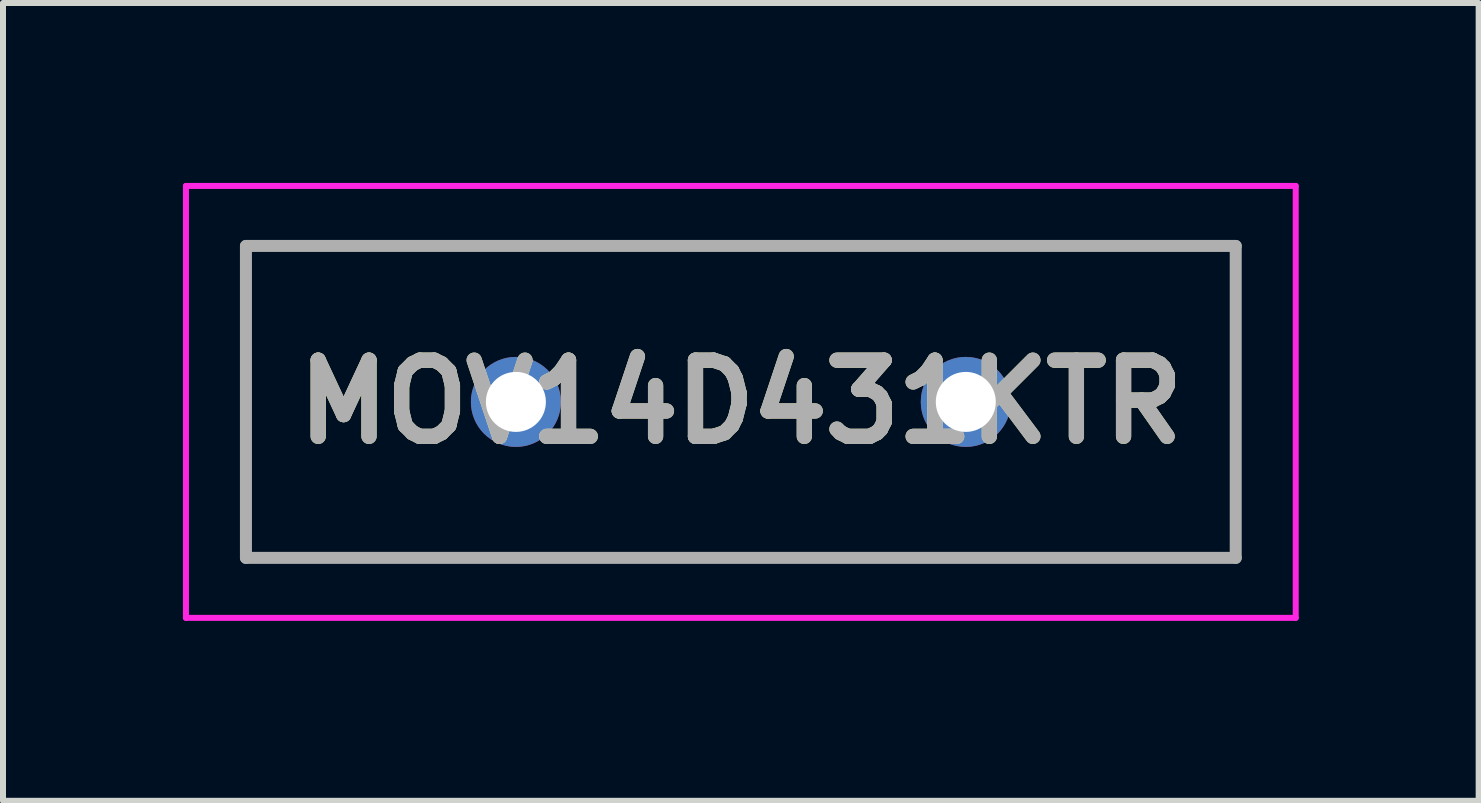
<source format=kicad_pcb>
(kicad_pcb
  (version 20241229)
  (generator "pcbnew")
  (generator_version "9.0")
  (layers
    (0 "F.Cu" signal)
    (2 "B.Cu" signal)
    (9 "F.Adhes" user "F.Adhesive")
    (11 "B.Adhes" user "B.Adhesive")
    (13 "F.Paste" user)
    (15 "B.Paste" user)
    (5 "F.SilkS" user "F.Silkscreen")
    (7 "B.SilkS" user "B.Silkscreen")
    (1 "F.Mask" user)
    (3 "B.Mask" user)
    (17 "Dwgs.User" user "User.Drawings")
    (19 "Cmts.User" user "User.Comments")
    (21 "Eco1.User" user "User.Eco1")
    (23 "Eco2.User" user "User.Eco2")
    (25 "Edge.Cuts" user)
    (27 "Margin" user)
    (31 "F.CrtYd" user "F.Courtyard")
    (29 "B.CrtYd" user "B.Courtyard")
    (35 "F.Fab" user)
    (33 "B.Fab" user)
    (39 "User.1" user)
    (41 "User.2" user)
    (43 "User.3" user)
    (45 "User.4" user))
  (footprint "MOV14D431KTR"
    (layer "F.Cu")
    (at 5.55 3.65)
    (property "Reference" "MOV14D431KTR" (at 3.75 0 0) (layer "F.SilkS") (effects (font (size 1.27 1.27) (thickness 0.254))))
    (attr through_hole)
    (fp_line (start -4.5 -2.6) (end 12 -2.6) (stroke (width 0.1) (type solid)) (layer "F.SilkS"))
    (fp_line (start -4.5 2.6) (end -4.5 -2.6) (stroke (width 0.1) (type solid)) (layer "F.SilkS"))
    (fp_line (start 12 -2.6) (end 12 2.6) (stroke (width 0.1) (type solid)) (layer "F.SilkS"))
    (fp_line (start 12 2.6) (end -4.5 2.6) (stroke (width 0.1) (type solid)) (layer "F.SilkS"))
    (fp_line (start -5.5 -3.6) (end 13 -3.6) (stroke (width 0.1) (type solid)) (layer "F.CrtYd"))
    (fp_line (start -5.5 3.6) (end -5.5 -3.6) (stroke (width 0.1) (type solid)) (layer "F.CrtYd"))
    (fp_line (start 13 -3.6) (end 13 3.6) (stroke (width 0.1) (type solid)) (layer "F.CrtYd"))
    (fp_line (start 13 3.6) (end -5.5 3.6) (stroke (width 0.1) (type solid)) (layer "F.CrtYd"))
    (fp_line (start -4.5 -2.6) (end 12 -2.6) (stroke (width 0.2) (type solid)) (layer "F.Fab"))
    (fp_line (start -4.5 2.6) (end -4.5 -2.6) (stroke (width 0.2) (type solid)) (layer "F.Fab"))
    (fp_line (start 12 -2.6) (end 12 2.6) (stroke (width 0.2) (type solid)) (layer "F.Fab"))
    (fp_line (start 12 2.6) (end -4.5 2.6) (stroke (width 0.2) (type solid)) (layer "F.Fab"))
    (fp_text user "${REFERENCE}" (at 3.75 0 0) (layer "F.Fab") (effects (font (size 1.27 1.27) (thickness 0.254))))
    (pad "1" thru_hole circle (at 0 0) (size 1.5 1.5) (drill 1) (layers "*.Cu" "*.Mask"))
    (pad "2" thru_hole circle (at 7.5 0) (size 1.5 1.5) (drill 1) (layers "*.Cu" "*.Mask")))
  (gr_rect
    (start -3 -3)
    (end 21.6 10.3)
    (stroke (width 0.1) (type default))
    (fill no)
    (layer "Edge.Cuts")))
</source>
